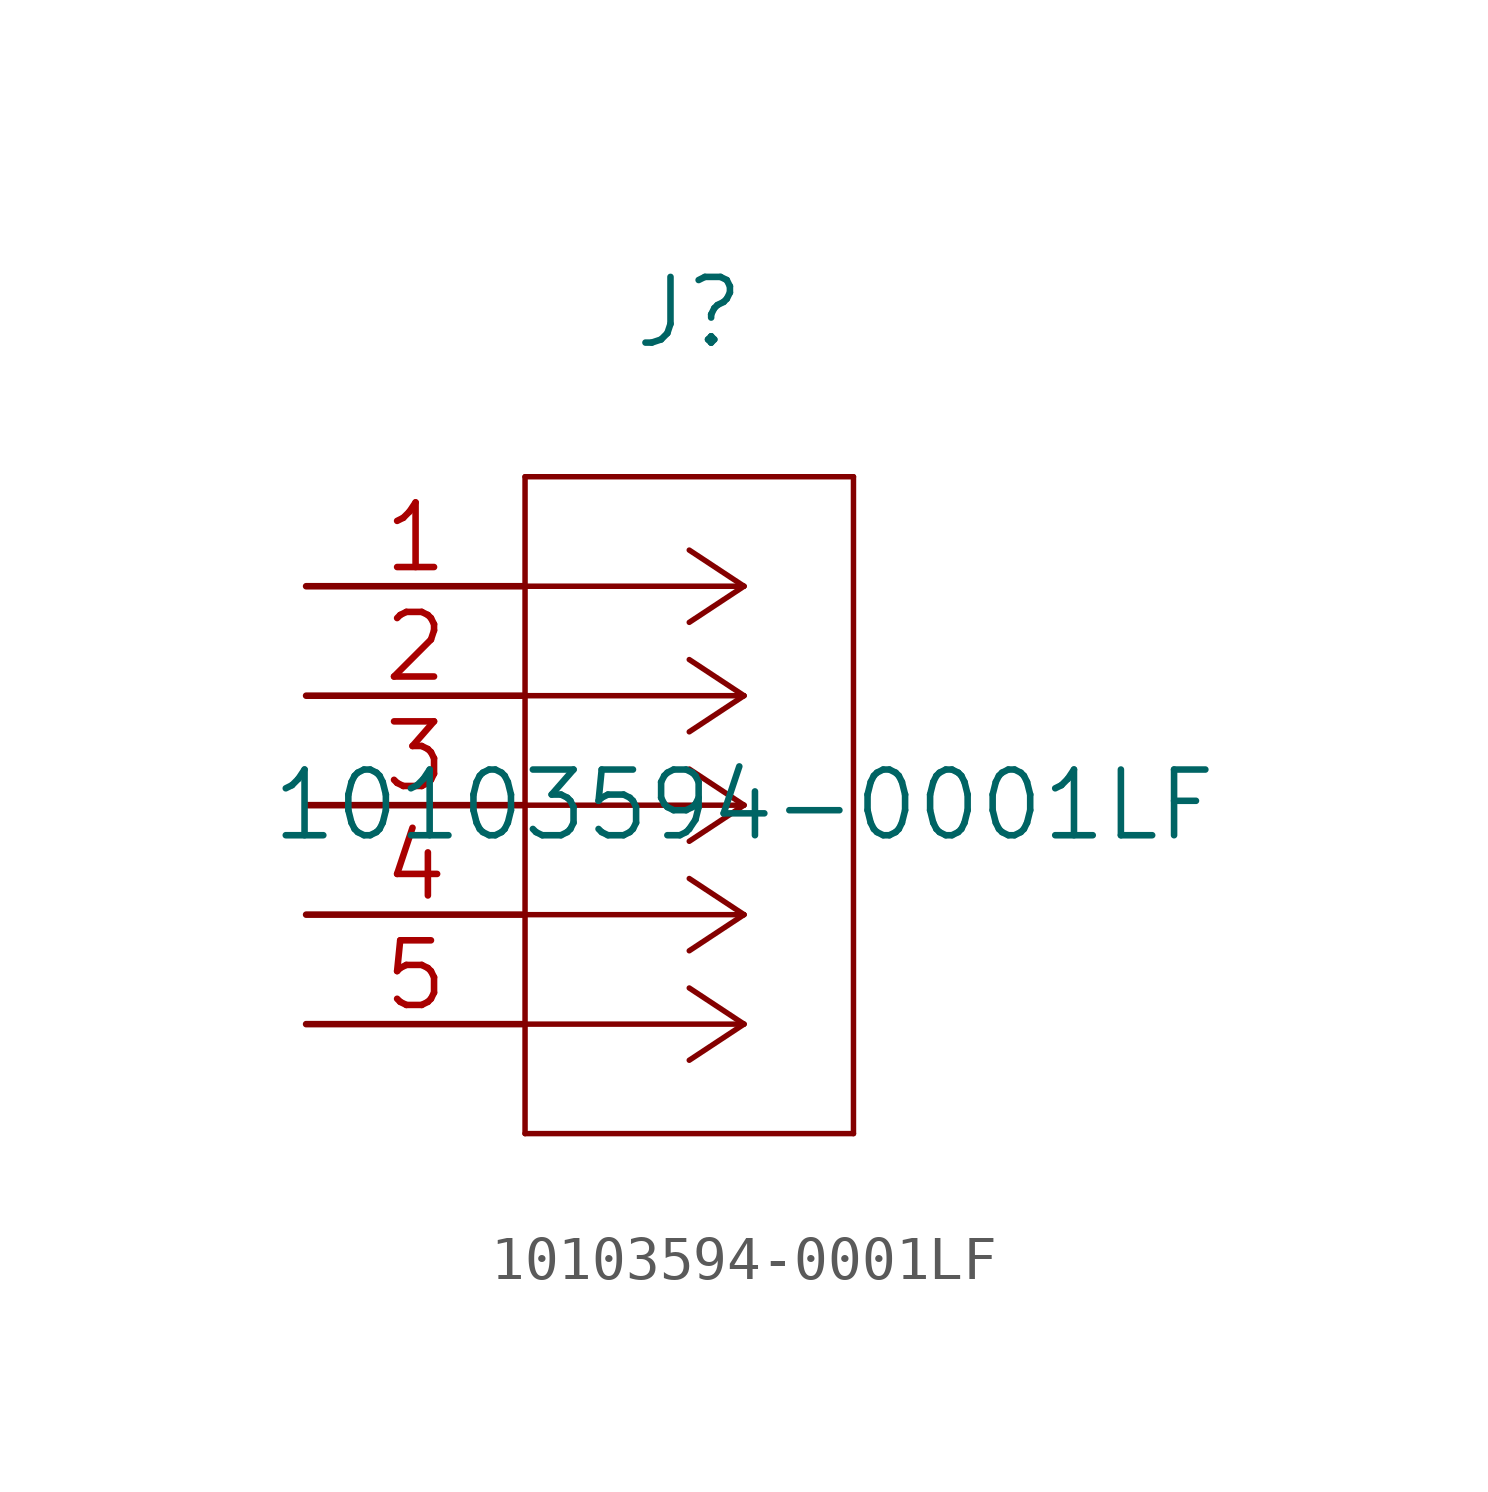
<source format=kicad_sym>
(kicad_symbol_lib
  (version 20220914)
  (generator kicad_symbol_editor)
  (symbol "10103594-0001LF"
    (pin_names
      (offset 0.254) hide)
    (property "Reference" "J"
      (at 8.89 6.35 0)
      (effects (font (size 1.524 1.524))))
    (property "Value" "10103594-0001LF"
      (at 10.16 -5.08 0)
      (effects (font (size 1.524 1.524))))
    (property "Datasheet" ""
      (at 0 0 0)
      (effects (font (size 1.524 1.524))))
    (property "ki_locked" ""
      (at 0 0 0)
      (effects (font (size 1.27 1.27))))
    (symbol "10103594-0001LF_1_1"
      (polyline (pts (xy 5.08 -12.7) (xy 12.7 -12.7)) (stroke (width 0.127) (type solid)) (fill (type none)))
      (polyline (pts (xy 5.08 2.54) (xy 5.08 -12.7)) (stroke (width 0.127) (type solid)) (fill (type none)))
      (polyline (pts (xy 10.16 -10.16) (xy 5.08 -10.16)) (stroke (width 0.127) (type solid)) (fill (type none)))
      (polyline (pts (xy 10.16 -10.16) (xy 8.89 -10.998)) (stroke (width 0.127) (type solid)) (fill (type none)))
      (polyline (pts (xy 10.16 -10.16) (xy 8.89 -9.322)) (stroke (width 0.127) (type solid)) (fill (type none)))
      (polyline (pts (xy 10.16 -7.62) (xy 5.08 -7.62)) (stroke (width 0.127) (type solid)) (fill (type none)))
      (polyline (pts (xy 10.16 -7.62) (xy 8.89 -8.458)) (stroke (width 0.127) (type solid)) (fill (type none)))
      (polyline (pts (xy 10.16 -7.62) (xy 8.89 -6.782)) (stroke (width 0.127) (type solid)) (fill (type none)))
      (polyline (pts (xy 10.16 -5.08) (xy 5.08 -5.08)) (stroke (width 0.127) (type solid)) (fill (type none)))
      (polyline (pts (xy 10.16 -5.08) (xy 8.89 -5.918)) (stroke (width 0.127) (type solid)) (fill (type none)))
      (polyline (pts (xy 10.16 -5.08) (xy 8.89 -4.242)) (stroke (width 0.127) (type solid)) (fill (type none)))
      (polyline (pts (xy 10.16 -2.54) (xy 5.08 -2.54)) (stroke (width 0.127) (type solid)) (fill (type none)))
      (polyline (pts (xy 10.16 -2.54) (xy 8.89 -3.378)) (stroke (width 0.127) (type solid)) (fill (type none)))
      (polyline (pts (xy 10.16 -2.54) (xy 8.89 -1.702)) (stroke (width 0.127) (type solid)) (fill (type none)))
      (polyline (pts (xy 10.16 0) (xy 5.08 0)) (stroke (width 0.127) (type solid)) (fill (type none)))
      (polyline (pts (xy 10.16 0) (xy 8.89 -0.838)) (stroke (width 0.127) (type solid)) (fill (type none)))
      (polyline (pts (xy 10.16 0) (xy 8.89 0.838)) (stroke (width 0.127) (type solid)) (fill (type none)))
      (polyline (pts (xy 12.7 -12.7) (xy 12.7 2.54)) (stroke (width 0.127) (type solid)) (fill (type none)))
      (polyline (pts (xy 12.7 2.54) (xy 5.08 2.54)) (stroke (width 0.127) (type solid)) (fill (type none)))
      (pin unspecified line (at 0 0 0) (length 5.08) (name "1" (effects (font (size 1.499 1.499)))) (number "1" (effects (font (size 1.499 1.499)))))
      (pin unspecified line (at 0 -2.54 0) (length 5.08) (name "2" (effects (font (size 1.499 1.499)))) (number "2" (effects (font (size 1.499 1.499)))))
      (pin unspecified line (at 0 -5.08 0) (length 5.08) (name "3" (effects (font (size 1.499 1.499)))) (number "3" (effects (font (size 1.499 1.499)))))
      (pin unspecified line (at 0 -7.62 0) (length 5.08) (name "4" (effects (font (size 1.499 1.499)))) (number "4" (effects (font (size 1.499 1.499)))))
      (pin unspecified line (at 0 -10.16 0) (length 5.08) (name "5" (effects (font (size 1.499 1.499)))) (number "5" (effects (font (size 1.499 1.499))))))))
</source>
